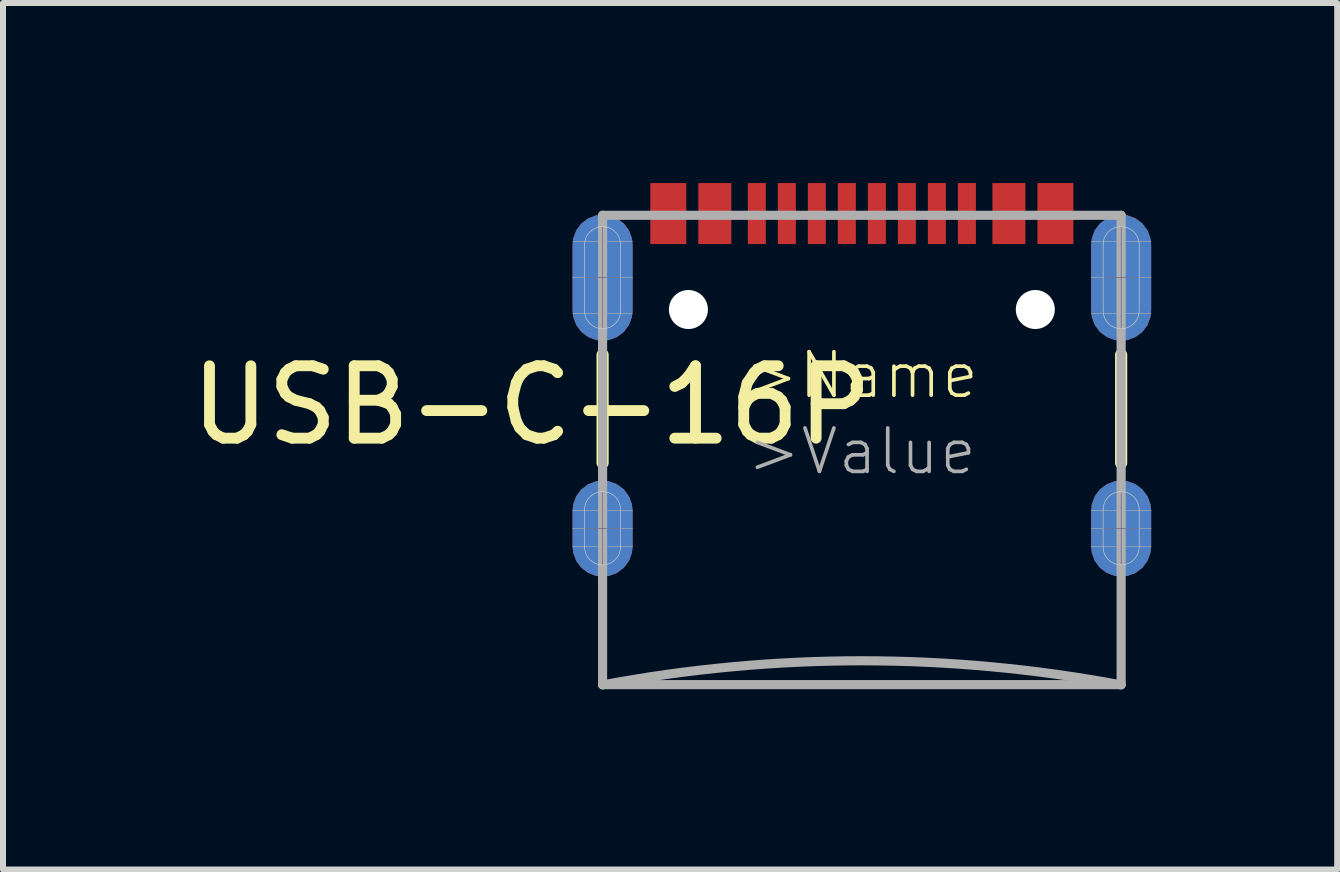
<source format=kicad_pcb>
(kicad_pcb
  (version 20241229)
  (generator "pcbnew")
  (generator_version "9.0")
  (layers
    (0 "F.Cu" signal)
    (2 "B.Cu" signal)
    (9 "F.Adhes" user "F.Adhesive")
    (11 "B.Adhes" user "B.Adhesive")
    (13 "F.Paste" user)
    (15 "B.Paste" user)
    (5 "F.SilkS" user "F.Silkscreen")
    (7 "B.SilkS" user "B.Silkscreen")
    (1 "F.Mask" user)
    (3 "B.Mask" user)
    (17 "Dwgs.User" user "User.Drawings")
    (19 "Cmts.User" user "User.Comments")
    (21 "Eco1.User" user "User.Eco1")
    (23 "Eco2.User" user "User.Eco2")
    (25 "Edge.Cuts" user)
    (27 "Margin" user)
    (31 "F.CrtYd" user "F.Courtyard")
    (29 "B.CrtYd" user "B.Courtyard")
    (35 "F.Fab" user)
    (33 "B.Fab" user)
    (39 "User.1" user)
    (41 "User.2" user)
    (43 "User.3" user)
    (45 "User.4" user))
  (footprint "USB-C-16P"
    (layer "F.Cu")
    (at 11.31 0.662)
    (property "Reference" "USB-C-16P" (at -5.5 3.04 0) (layer "F.SilkS") (effects (font (size 1.206 1.206) (thickness 0.181))))
    (attr through_hole)
    (fp_poly (pts (xy -4.92 1.52) (xy -4.92 0.32) (xy -4.885 0.143) (xy -4.796 -0.015) (xy -4.664 -0.138) (xy -4.32 -0.235) (xy -4.14 -0.214) (xy -3.976 -0.138) (xy -3.844 -0.015) (xy -3.755 0.143) (xy -3.72 0.32) (xy -3.72 1.52) (xy -3.757 1.696) (xy -3.846 1.851) (xy -3.978 1.972) (xy -4.32 2.065) (xy -4.498 2.045) (xy -4.662 1.972) (xy -4.794 1.851)) (stroke (width 0) (type solid)) (fill yes) (layer "F.Mask"))
    (fp_poly (pts (xy -4.92 5.4) (xy -4.92 4.8) (xy -4.891 4.614) (xy -4.806 4.445) (xy -4.674 4.312) (xy -4.506 4.225) (xy -4.32 4.195) (xy -4.134 4.225) (xy -3.966 4.312) (xy -3.834 4.445) (xy -3.72 4.8) (xy -3.72 5.4) (xy -3.75 5.585) (xy -3.836 5.751) (xy -3.968 5.882) (xy -4.32 5.995) (xy -4.505 5.967) (xy -4.672 5.882) (xy -4.804 5.751)) (stroke (width 0) (type solid)) (fill yes) (layer "F.Mask"))
    (fp_poly (pts (xy 3.72 1.52) (xy 3.72 0.32) (xy 3.755 0.143) (xy 3.844 -0.015) (xy 3.976 -0.138) (xy 4.32 -0.235) (xy 4.5 -0.214) (xy 4.664 -0.138) (xy 4.796 -0.015) (xy 4.885 0.143) (xy 4.92 0.32) (xy 4.92 1.52) (xy 4.883 1.696) (xy 4.794 1.851) (xy 4.662 1.972) (xy 4.32 2.065) (xy 4.142 2.045) (xy 3.978 1.972) (xy 3.846 1.851)) (stroke (width 0) (type solid)) (fill yes) (layer "F.Mask"))
    (fp_poly (pts (xy 3.72 5.4) (xy 3.72 4.8) (xy 3.749 4.614) (xy 3.834 4.445) (xy 3.966 4.312) (xy 4.134 4.225) (xy 4.32 4.195) (xy 4.506 4.225) (xy 4.674 4.312) (xy 4.806 4.445) (xy 4.92 4.8) (xy 4.92 5.4) (xy 4.89 5.585) (xy 4.804 5.751) (xy 4.672 5.882) (xy 4.32 5.995) (xy 4.135 5.967) (xy 3.968 5.882) (xy 3.836 5.751)) (stroke (width 0) (type solid)) (fill yes) (layer "F.Mask"))
    (fp_poly (pts (xy -4.02 1.465) (xy -4.043 1.58) (xy -4.108 1.677) (xy -4.205 1.742) (xy -4.32 1.765) (xy -4.435 1.742) (xy -4.532 1.677) (xy -4.62 1.465) (xy -4.62 0.365) (xy -4.597 0.25) (xy -4.532 0.153) (xy -4.435 0.088) (xy -4.32 0.065) (xy -4.205 0.088) (xy -4.108 0.153) (xy -4.02 0.365)) (stroke (width 0) (type solid)) (fill yes) (layer "B.Mask"))
    (fp_poly (pts (xy -4.02 5.4) (xy -4.043 5.515) (xy -4.108 5.612) (xy -4.205 5.677) (xy -4.32 5.7) (xy -4.435 5.677) (xy -4.532 5.612) (xy -4.62 5.4) (xy -4.62 4.78) (xy -4.597 4.665) (xy -4.532 4.568) (xy -4.435 4.503) (xy -4.32 4.48) (xy -4.205 4.503) (xy -4.108 4.568) (xy -4.02 4.78)) (stroke (width 0) (type solid)) (fill yes) (layer "B.Mask"))
    (fp_poly (pts (xy 4.02 4.78) (xy 4.02 5.4) (xy 4.043 5.515) (xy 4.108 5.612) (xy 4.205 5.677) (xy 4.32 5.7) (xy 4.435 5.677) (xy 4.532 5.612) (xy 4.62 5.4) (xy 4.62 4.78) (xy 4.597 4.665) (xy 4.532 4.568) (xy 4.435 4.503) (xy 4.32 4.48) (xy 4.205 4.503) (xy 4.108 4.568)) (stroke (width 0) (type solid)) (fill yes) (layer "B.Mask"))
    (fp_poly (pts (xy 4.62 1.465) (xy 4.597 1.58) (xy 4.532 1.677) (xy 4.435 1.742) (xy 4.32 1.765) (xy 4.205 1.742) (xy 4.108 1.677) (xy 4.02 1.465) (xy 4.02 0.365) (xy 4.043 0.25) (xy 4.108 0.153) (xy 4.205 0.088) (xy 4.32 0.065) (xy 4.435 0.088) (xy 4.532 0.153) (xy 4.62 0.365)) (stroke (width 0) (type solid)) (fill yes) (layer "B.Mask"))
    (fp_line (start -4.32 2.2) (end -4.32 4) (stroke (width 0.203) (type solid)) (layer "F.SilkS"))
    (fp_line (start 4.32 2.2) (end 4.32 4) (stroke (width 0.203) (type solid)) (layer "F.SilkS"))
    (fp_poly (pts (xy -4.92 1.52) (xy -4.92 0.32) (xy -4.885 0.143) (xy -4.796 -0.015) (xy -4.664 -0.138) (xy -4.32 -0.235) (xy -4.14 -0.214) (xy -3.976 -0.138) (xy -3.844 -0.015) (xy -3.755 0.143) (xy -3.72 0.32) (xy -3.72 1.52) (xy -3.757 1.696) (xy -3.846 1.851) (xy -3.978 1.972) (xy -4.32 2.065) (xy -4.498 2.045) (xy -4.662 1.972) (xy -4.794 1.851)) (stroke (width 0) (type solid)) (fill yes) (layer "F.Paste"))
    (fp_poly (pts (xy -4.92 5.4) (xy -4.92 4.8) (xy -4.891 4.614) (xy -4.806 4.445) (xy -4.674 4.312) (xy -4.506 4.225) (xy -4.32 4.195) (xy -4.134 4.225) (xy -3.966 4.312) (xy -3.834 4.445) (xy -3.72 4.8) (xy -3.72 5.4) (xy -3.75 5.585) (xy -3.836 5.751) (xy -3.968 5.882) (xy -4.32 5.995) (xy -4.505 5.967) (xy -4.672 5.882) (xy -4.804 5.751)) (stroke (width 0) (type solid)) (fill yes) (layer "F.Paste"))
    (fp_poly (pts (xy 3.72 1.52) (xy 3.72 0.32) (xy 3.755 0.143) (xy 3.844 -0.015) (xy 3.976 -0.138) (xy 4.32 -0.235) (xy 4.5 -0.214) (xy 4.664 -0.138) (xy 4.796 -0.015) (xy 4.885 0.143) (xy 4.92 0.32) (xy 4.92 1.52) (xy 4.883 1.696) (xy 4.794 1.851) (xy 4.662 1.972) (xy 4.32 2.065) (xy 4.142 2.045) (xy 3.978 1.972) (xy 3.846 1.851)) (stroke (width 0) (type solid)) (fill yes) (layer "F.Paste"))
    (fp_poly (pts (xy 3.72 5.4) (xy 3.72 4.8) (xy 3.749 4.614) (xy 3.834 4.445) (xy 3.966 4.312) (xy 4.134 4.225) (xy 4.32 4.195) (xy 4.506 4.225) (xy 4.674 4.312) (xy 4.806 4.445) (xy 4.92 4.8) (xy 4.92 5.4) (xy 4.89 5.585) (xy 4.804 5.751) (xy 4.672 5.882) (xy 4.32 5.995) (xy 4.135 5.967) (xy 3.968 5.882) (xy 3.836 5.751)) (stroke (width 0) (type solid)) (fill yes) (layer "F.Paste"))
    (fp_line (start -4.62 1.465) (end -4.62 0.365) (stroke (width 0.01) (type solid)) (layer "Edge.Cuts"))
    (fp_line (start -4.62 5.4) (end -4.62 4.78) (stroke (width 0.01) (type solid)) (layer "Edge.Cuts"))
    (fp_line (start -4.02 1.465) (end -4.02 0.365) (stroke (width 0.01) (type solid)) (layer "Edge.Cuts"))
    (fp_line (start -4.02 5.4) (end -4.02 4.78) (stroke (width 0.01) (type solid)) (layer "Edge.Cuts"))
    (fp_line (start 4.02 1.465) (end 4.02 0.365) (stroke (width 0.01) (type solid)) (layer "Edge.Cuts"))
    (fp_line (start 4.02 5.4) (end 4.02 4.78) (stroke (width 0.01) (type solid)) (layer "Edge.Cuts"))
    (fp_line (start 4.62 1.465) (end 4.62 0.365) (stroke (width 0.01) (type solid)) (layer "Edge.Cuts"))
    (fp_line (start 4.62 5.4) (end 4.62 4.78) (stroke (width 0.01) (type solid)) (layer "Edge.Cuts"))
    (fp_arc (start -4.62 0.365) (mid -4.32 0.065) (end -4.02 0.365) (stroke (width 0.01) (type solid)) (layer "Edge.Cuts"))
    (fp_arc (start -4.62 4.78) (mid -4.32 4.48) (end -4.02 4.78) (stroke (width 0.01) (type solid)) (layer "Edge.Cuts"))
    (fp_arc (start -4.02 1.465) (mid -4.32 1.765) (end -4.62 1.465) (stroke (width 0.01) (type solid)) (layer "Edge.Cuts"))
    (fp_arc (start -4.02 5.4) (mid -4.32 5.7) (end -4.62 5.4) (stroke (width 0.01) (type solid)) (layer "Edge.Cuts"))
    (fp_arc (start 4.02 0.365) (mid 4.32 0.065) (end 4.62 0.365) (stroke (width 0.01) (type solid)) (layer "Edge.Cuts"))
    (fp_arc (start 4.02 4.78) (mid 4.32 4.48) (end 4.62 4.78) (stroke (width 0.01) (type solid)) (layer "Edge.Cuts"))
    (fp_arc (start 4.62 1.465) (mid 4.32 1.765) (end 4.02 1.465) (stroke (width 0.01) (type solid)) (layer "Edge.Cuts"))
    (fp_arc (start 4.62 5.4) (mid 4.32 5.7) (end 4.02 5.4) (stroke (width 0.01) (type solid)) (layer "Edge.Cuts"))
    (fp_line (start -4.62 0.915) (end -4.02 0.915) (stroke (width 0.01) (type solid)) (layer "B.Fab"))
    (fp_line (start -4.62 5.095) (end -4.02 5.095) (stroke (width 0.01) (type solid)) (layer "B.Fab"))
    (fp_line (start -4.32 0.065) (end -4.32 1.765) (stroke (width 0.01) (type solid)) (layer "B.Fab"))
    (fp_line (start -4.32 4.495) (end -4.32 5.695) (stroke (width 0.01) (type solid)) (layer "B.Fab"))
    (fp_line (start 4.02 0.915) (end 4.62 0.915) (stroke (width 0.01) (type solid)) (layer "B.Fab"))
    (fp_line (start 4.02 5.095) (end 4.62 5.095) (stroke (width 0.01) (type solid)) (layer "B.Fab"))
    (fp_line (start 4.32 0.065) (end 4.32 1.765) (stroke (width 0.01) (type solid)) (layer "B.Fab"))
    (fp_line (start 4.32 4.495) (end 4.32 5.695) (stroke (width 0.01) (type solid)) (layer "B.Fab"))
    (fp_line (start -4.82 0.315) (end -3.82 0.315) (stroke (width 0.01) (type solid)) (layer "F.Fab"))
    (fp_line (start -4.82 0.915) (end -3.82 0.915) (stroke (width 0.01) (type solid)) (layer "F.Fab"))
    (fp_line (start -4.82 1.515) (end -3.82 1.515) (stroke (width 0.01) (type solid)) (layer "F.Fab"))
    (fp_line (start -4.82 4.795) (end -3.82 4.795) (stroke (width 0.01) (type solid)) (layer "F.Fab"))
    (fp_line (start -4.82 5.095) (end -3.82 5.095) (stroke (width 0.01) (type solid)) (layer "F.Fab"))
    (fp_line (start -4.82 5.395) (end -3.82 5.395) (stroke (width 0.01) (type solid)) (layer "F.Fab"))
    (fp_line (start -4.32 -0.135) (end -4.32 -0.125) (stroke (width 0.01) (type solid)) (layer "F.Fab"))
    (fp_line (start -4.32 -0.125) (end -4.32 1.965) (stroke (width 0.01) (type solid)) (layer "F.Fab"))
    (fp_line (start -4.32 -0.125) (end 4.32 -0.125) (stroke (width 0.152) (type solid)) (layer "F.Fab"))
    (fp_line (start -4.32 4.295) (end -4.32 5.895) (stroke (width 0.01) (type solid)) (layer "F.Fab"))
    (fp_line (start -4.32 7.695) (end -4.32 -0.125) (stroke (width 0.152) (type solid)) (layer "F.Fab"))
    (fp_line (start -4.32 7.695) (end 4.32 7.695) (stroke (width 0.152) (type solid)) (layer "F.Fab"))
    (fp_line (start 3.82 0.315) (end 4.82 0.315) (stroke (width 0.01) (type solid)) (layer "F.Fab"))
    (fp_line (start 3.82 0.915) (end 4.82 0.915) (stroke (width 0.01) (type solid)) (layer "F.Fab"))
    (fp_line (start 3.82 1.515) (end 4.82 1.515) (stroke (width 0.01) (type solid)) (layer "F.Fab"))
    (fp_line (start 3.82 4.795) (end 4.82 4.795) (stroke (width 0.01) (type solid)) (layer "F.Fab"))
    (fp_line (start 3.82 5.095) (end 4.82 5.095) (stroke (width 0.01) (type solid)) (layer "F.Fab"))
    (fp_line (start 3.82 5.395) (end 4.82 5.395) (stroke (width 0.01) (type solid)) (layer "F.Fab"))
    (fp_line (start 4.32 -0.135) (end 4.32 -0.125) (stroke (width 0.01) (type solid)) (layer "F.Fab"))
    (fp_line (start 4.32 -0.125) (end 4.32 1.965) (stroke (width 0.01) (type solid)) (layer "F.Fab"))
    (fp_line (start 4.32 -0.125) (end 4.32 7.695) (stroke (width 0.152) (type solid)) (layer "F.Fab"))
    (fp_line (start 4.32 4.295) (end 4.32 5.895) (stroke (width 0.01) (type solid)) (layer "F.Fab"))
    (fp_arc (start -4.32 7.7) (mid 0 7.297675) (end 4.32 7.7) (stroke (width 0.1524) (type solid)) (layer "F.Fab"))
    (fp_text user ">Name" (at 0 2.54 0) (layer "F.SilkS") (effects (font (size 0.724 0.724) (thickness 0.061))))
    (fp_text user ">Value" (at 0 3.81 0) (layer "F.Fab") (effects (font (size 0.724 0.724) (thickness 0.061))))
    (pad "" np_thru_hole circle (at -2.89 1.445) (size 0.65 0.65) (drill 0.65) (layers "*.Cu" "*.Mask"))
    (pad "" np_thru_hole circle (at 2.89 1.445) (size 0.65 0.65) (drill 0.65) (layers "*.Cu" "*.Mask"))
    (pad "A5" smd rect (at -1.25 -0.154 180) (size 0.3 1.016) (layers "F.Cu" "F.Mask" "F.Paste"))
    (pad "A6" smd rect (at -0.25 -0.154 180) (size 0.3 1.016) (layers "F.Cu" "F.Mask" "F.Paste"))
    (pad "A7" smd rect (at 0.25 -0.154) (size 0.3 1.016) (layers "F.Cu" "F.Mask" "F.Paste"))
    (pad "A8" smd rect (at 1.25 -0.154) (size 0.3 1.016) (layers "F.Cu" "F.Mask" "F.Paste"))
    (pad "B5" smd rect (at 1.75 -0.154) (size 0.3 1.016) (layers "F.Cu" "F.Mask" "F.Paste"))
    (pad "B6" smd rect (at 0.75 -0.154) (size 0.3 1.016) (layers "F.Cu" "F.Mask" "F.Paste"))
    (pad "B7" smd rect (at -0.75 -0.154 180) (size 0.3 1.016) (layers "F.Cu" "F.Mask" "F.Paste"))
    (pad "B8" smd rect (at -1.75 -0.154 180) (size 0.3 1.016) (layers "F.Cu" "F.Mask" "F.Paste"))
    (pad "GND" smd rect (at -3.225 -0.154 180) (size 0.6 1.016) (layers "F.Cu" "F.Mask" "F.Paste"))
    (pad "GND2" smd rect (at 3.225 -0.154) (size 0.6 1.016) (layers "F.Cu" "F.Mask" "F.Paste"))
    (pad "SHLD1" smd roundrect (at -4.32 0.915 180) (size 1 2.1) (layers "F.Cu" "F.Mask") (roundrect_rratio 0.5))
    (pad "SHLD2" smd roundrect (at 4.32 0.915 180) (size 1 2.1) (layers "F.Cu" "F.Mask") (roundrect_rratio 0.5))
    (pad "SHLD3" smd roundrect (at -4.32 0.915) (size 1 2.1) (layers "B.Cu" "B.Mask") (roundrect_rratio 0.5))
    (pad "SHLD4" smd roundrect (at 4.32 0.915) (size 1 2.1) (layers "B.Cu" "B.Mask") (roundrect_rratio 0.5))
    (pad "SHLD5" smd roundrect (at -4.32 5.095 180) (size 1 1.6) (layers "F.Cu" "F.Mask") (roundrect_rratio 0.5))
    (pad "SHLD6" smd roundrect (at -4.32 5.095) (size 1 1.6) (layers "B.Cu" "B.Mask") (roundrect_rratio 0.5))
    (pad "SHLD7" smd roundrect (at 4.32 5.095) (size 1 1.6) (layers "B.Cu" "B.Mask") (roundrect_rratio 0.5))
    (pad "SHLD8" smd roundrect (at 4.32 5.095 180) (size 1 1.6) (layers "F.Cu" "F.Mask") (roundrect_rratio 0.5))
    (pad "VBUS1" smd rect (at -2.45 -0.154 180) (size 0.55 1.016) (layers "F.Cu" "F.Mask" "F.Paste"))
    (pad "VBUS2" smd rect (at 2.45 -0.154) (size 0.55 1.016) (layers "F.Cu" "F.Mask" "F.Paste")))
  (gr_rect
    (start -3 -3)
    (end 19.23 11.438)
    (stroke (width 0.1) (type default))
    (fill no)
    (layer "Edge.Cuts")))
</source>
